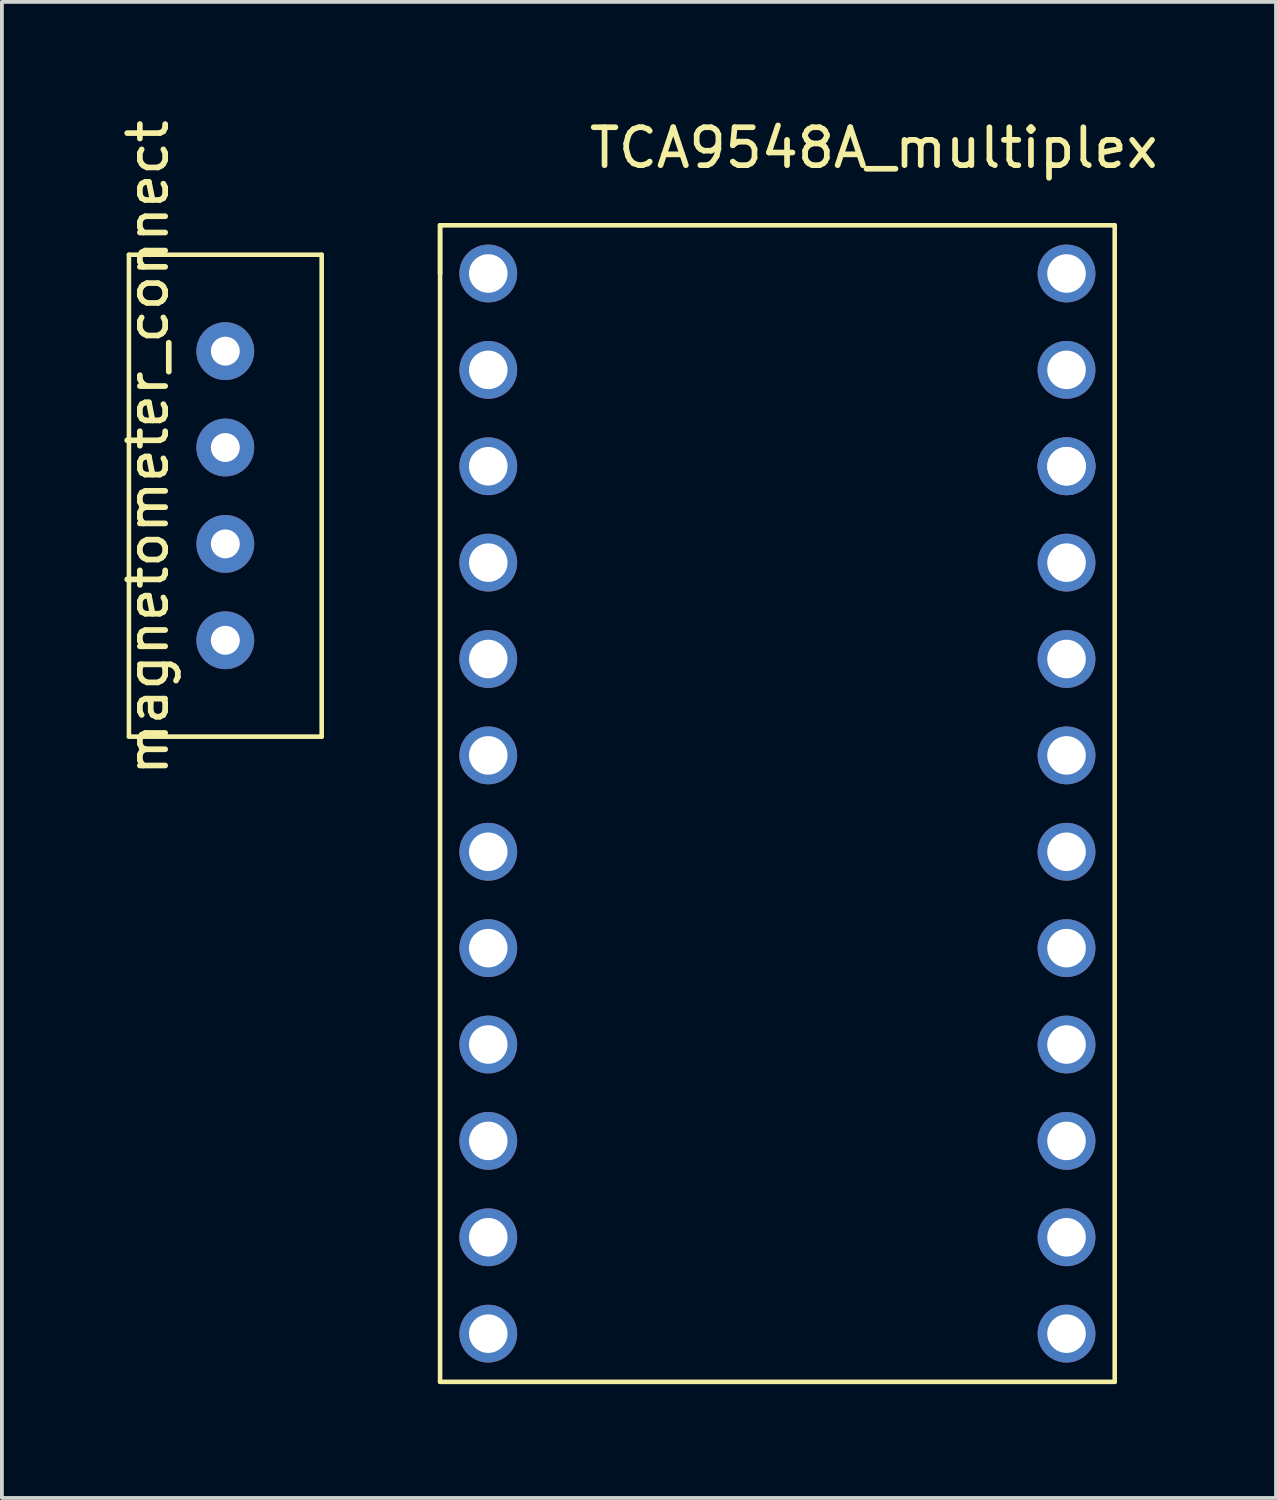
<source format=kicad_pcb>
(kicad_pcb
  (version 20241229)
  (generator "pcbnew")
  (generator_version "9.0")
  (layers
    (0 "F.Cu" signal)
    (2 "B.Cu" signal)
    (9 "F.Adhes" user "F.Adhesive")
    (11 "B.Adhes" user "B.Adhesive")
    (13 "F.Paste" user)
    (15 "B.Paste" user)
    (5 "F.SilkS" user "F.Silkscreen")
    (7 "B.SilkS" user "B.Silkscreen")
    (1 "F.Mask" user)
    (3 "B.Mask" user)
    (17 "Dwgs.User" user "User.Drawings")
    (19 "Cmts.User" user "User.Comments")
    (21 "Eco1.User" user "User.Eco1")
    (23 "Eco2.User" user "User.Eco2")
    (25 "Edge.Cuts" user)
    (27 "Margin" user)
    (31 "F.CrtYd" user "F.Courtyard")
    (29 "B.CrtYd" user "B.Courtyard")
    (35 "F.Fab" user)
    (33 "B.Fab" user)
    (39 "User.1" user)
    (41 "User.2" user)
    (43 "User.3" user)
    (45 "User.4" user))
  (footprint "magnetometer_connect"
    (layer "F.Cu")
    (at 2.888 10.014)
    (property "Reference" "magnetometer_connect" (at -2.04 -1.27 90) (layer "F.SilkS") (effects (font (size 1 1) (thickness 0.15))))
    (attr through_hole)
    (fp_line (start -2.54 -6.35) (end -2.54 6.35) (stroke (width 0.12) (type solid)) (layer "F.SilkS"))
    (fp_line (start -2.54 6.35) (end 2.54 6.35) (stroke (width 0.12) (type solid)) (layer "F.SilkS"))
    (fp_line (start 2.54 -6.35) (end -2.54 -6.35) (stroke (width 0.12) (type solid)) (layer "F.SilkS"))
    (fp_line (start 2.54 6.35) (end 2.54 -6.35) (stroke (width 0.12) (type solid)) (layer "F.SilkS"))
    (pad "1" thru_hole circle (at 0 3.81 90) (size 1.524 1.524) (drill 0.762) (layers "*.Cu" "*.Mask"))
    (pad "2" thru_hole circle (at 0 1.27 90) (size 1.524 1.524) (drill 0.762) (layers "*.Cu" "*.Mask"))
    (pad "3" thru_hole circle (at 0 -1.27 90) (size 1.524 1.524) (drill 0.762) (layers "*.Cu" "*.Mask"))
    (pad "4" thru_hole circle (at 0 -3.81 90) (size 1.524 1.524) (drill 0.762) (layers "*.Cu" "*.Mask")))
  (footprint "TCA9548A_multiplex"
    (layer "F.Cu")
    (at 17.438 18.128)
    (property "Reference" "TCA9548A_multiplex" (at 2.54 -17.28 0) (layer "F.SilkS") (effects (font (size 1 1) (thickness 0.15))))
    (attr through_hole)
    (fp_line (start -8.89 -15.24) (end -8.89 -13.97) (stroke (width 0.12) (type solid)) (layer "F.SilkS"))
    (fp_line (start -8.89 -15.24) (end -8.89 15.24) (stroke (width 0.12) (type solid)) (layer "F.SilkS"))
    (fp_line (start -8.89 -13.97) (end -8.89 -13.97) (stroke (width 0.12) (type solid)) (layer "F.SilkS"))
    (fp_line (start -8.89 15.24) (end 8.89 15.24) (stroke (width 0.12) (type solid)) (layer "F.SilkS"))
    (fp_line (start 8.89 -15.24) (end -8.89 -15.24) (stroke (width 0.12) (type solid)) (layer "F.SilkS"))
    (fp_line (start 8.89 15.24) (end 8.89 -15.24) (stroke (width 0.12) (type solid)) (layer "F.SilkS"))
    (pad "1" thru_hole circle (at -7.62 -13.97) (size 1.524 1.524) (drill 1.016) (layers "*.Cu" "*.Mask"))
    (pad "2" thru_hole circle (at -7.62 -11.43) (size 1.524 1.524) (drill 1.016) (layers "*.Cu" "*.Mask"))
    (pad "3" thru_hole circle (at -7.62 -8.89) (size 1.524 1.524) (drill 1.016) (layers "*.Cu" "*.Mask"))
    (pad "4" thru_hole circle (at -7.62 -6.35) (size 1.524 1.524) (drill 1.016) (layers "*.Cu" "*.Mask"))
    (pad "5" thru_hole circle (at -7.62 -3.81) (size 1.524 1.524) (drill 1.016) (layers "*.Cu" "*.Mask"))
    (pad "6" thru_hole circle (at -7.62 -1.27) (size 1.524 1.524) (drill 1.016) (layers "*.Cu" "*.Mask"))
    (pad "7" thru_hole circle (at -7.62 1.27) (size 1.524 1.524) (drill 1.016) (layers "*.Cu" "*.Mask"))
    (pad "8" thru_hole circle (at -7.62 3.81) (size 1.524 1.524) (drill 1.016) (layers "*.Cu" "*.Mask"))
    (pad "9" thru_hole circle (at -7.62 6.35) (size 1.524 1.524) (drill 1.016) (layers "*.Cu" "*.Mask"))
    (pad "10" thru_hole circle (at -7.62 8.89) (size 1.524 1.524) (drill 1.016) (layers "*.Cu" "*.Mask"))
    (pad "11" thru_hole circle (at -7.62 11.43) (size 1.524 1.524) (drill 1.016) (layers "*.Cu" "*.Mask"))
    (pad "12" thru_hole circle (at -7.62 13.97) (size 1.524 1.524) (drill 1.016) (layers "*.Cu" "*.Mask"))
    (pad "13" thru_hole circle (at 7.62 -13.97) (size 1.524 1.524) (drill 1.016) (layers "*.Cu" "*.Mask"))
    (pad "14" thru_hole circle (at 7.62 -11.43) (size 1.524 1.524) (drill 1.016) (layers "*.Cu" "*.Mask"))
    (pad "15" thru_hole circle (at 7.62 -8.89) (size 1.524 1.524) (drill 1.016) (layers "*.Cu" "*.Mask"))
    (pad "16" thru_hole circle (at 7.62 -6.35) (size 1.524 1.524) (drill 1.016) (layers "*.Cu" "*.Mask"))
    (pad "17" thru_hole circle (at 7.62 -3.81) (size 1.524 1.524) (drill 1.016) (layers "*.Cu" "*.Mask"))
    (pad "18" thru_hole circle (at 7.62 -1.27) (size 1.524 1.524) (drill 1.016) (layers "*.Cu" "*.Mask"))
    (pad "19" thru_hole circle (at 7.62 1.27) (size 1.524 1.524) (drill 1.016) (layers "*.Cu" "*.Mask"))
    (pad "20" thru_hole circle (at 7.62 3.81) (size 1.524 1.524) (drill 1.016) (layers "*.Cu" "*.Mask"))
    (pad "21" thru_hole circle (at 7.62 6.35) (size 1.524 1.524) (drill 1.016) (layers "*.Cu" "*.Mask"))
    (pad "22" thru_hole circle (at 7.62 8.89) (size 1.524 1.524) (drill 1.016) (layers "*.Cu" "*.Mask"))
    (pad "23" thru_hole circle (at 7.62 11.43) (size 1.524 1.524) (drill 1.016) (layers "*.Cu" "*.Mask"))
    (pad "24" thru_hole circle (at 7.62 13.97) (size 1.524 1.524) (drill 1.016) (layers "*.Cu" "*.Mask"))
    (pad "25" thru_hole circle (at 7.62 -8.89) (size 1.524 1.524) (drill 1.016) (layers "*.Cu" "*.Mask")))
  (gr_rect
    (start -3 -3)
    (end 30.579 36.428)
    (stroke (width 0.1) (type default))
    (fill no)
    (layer "Edge.Cuts")))
</source>
